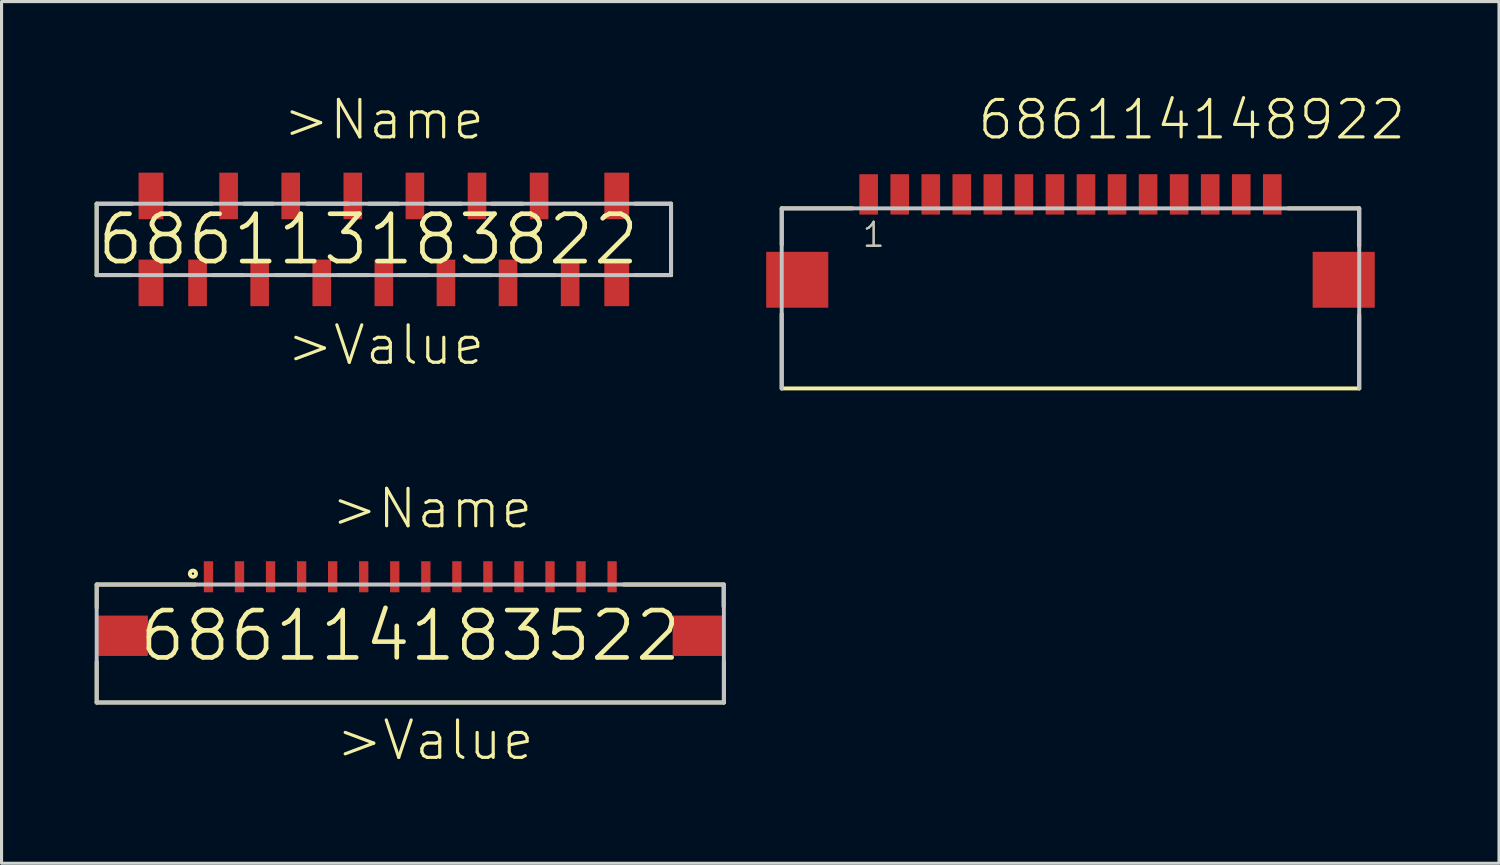
<source format=kicad_pcb>
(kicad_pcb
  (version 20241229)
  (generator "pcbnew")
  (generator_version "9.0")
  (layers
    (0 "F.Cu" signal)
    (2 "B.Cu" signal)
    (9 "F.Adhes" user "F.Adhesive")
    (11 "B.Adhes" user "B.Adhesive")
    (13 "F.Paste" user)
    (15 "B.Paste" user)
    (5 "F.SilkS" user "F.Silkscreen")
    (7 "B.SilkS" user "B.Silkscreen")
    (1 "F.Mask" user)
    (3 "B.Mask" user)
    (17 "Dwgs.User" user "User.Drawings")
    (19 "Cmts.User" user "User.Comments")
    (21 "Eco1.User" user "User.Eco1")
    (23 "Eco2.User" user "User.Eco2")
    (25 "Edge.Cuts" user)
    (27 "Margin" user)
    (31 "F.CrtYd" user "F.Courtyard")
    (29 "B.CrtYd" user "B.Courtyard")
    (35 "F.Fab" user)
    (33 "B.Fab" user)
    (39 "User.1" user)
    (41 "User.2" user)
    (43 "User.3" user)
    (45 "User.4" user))
  (footprint "686113183822"
    (layer "F.Cu")
    (at 8.813 4.661)
    (property "Reference" "686113183822" (at 0 0 0) (layer "F.SilkS") (effects (font (size 1.524 1.524) (thickness 0.15))))
    (attr through_hole)
    (fp_line (start -8.75 -1.15) (end -8.75 1.15) (stroke (width 0.127) (type solid)) (layer "F.SilkS"))
    (fp_line (start -8.75 1.15) (end -7.64 1.15) (stroke (width 0.127) (type solid)) (layer "F.SilkS"))
    (fp_line (start -7.6 -1.15) (end -8.75 -1.15) (stroke (width 0.127) (type solid)) (layer "F.SilkS"))
    (fp_line (start -6.41 -1.15) (end -5.03 -1.15) (stroke (width 0.127) (type solid)) (layer "F.SilkS"))
    (fp_line (start -5.01 1.15) (end -4.02 1.15) (stroke (width 0.127) (type solid)) (layer "F.SilkS"))
    (fp_line (start -4 -1.15) (end -3.08 -1.15) (stroke (width 0.127) (type solid)) (layer "F.SilkS"))
    (fp_line (start -3 1.15) (end -2.06 1.15) (stroke (width 0.127) (type solid)) (layer "F.SilkS"))
    (fp_line (start -1.98 -1.15) (end -0.65 -1.15) (stroke (width 0.127) (type solid)) (layer "F.SilkS"))
    (fp_line (start -0.97 1.15) (end -0.01 1.15) (stroke (width 0.127) (type solid)) (layer "F.SilkS"))
    (fp_line (start 0.01 -1.15) (end 0.97 -1.15) (stroke (width 0.127) (type solid)) (layer "F.SilkS"))
    (fp_line (start 0.99 1.15) (end 1.92 1.15) (stroke (width 0.127) (type solid)) (layer "F.SilkS"))
    (fp_line (start 1.97 -1.15) (end 3 -1.15) (stroke (width 0.127) (type solid)) (layer "F.SilkS"))
    (fp_line (start 2.98 1.15) (end 3.96 1.15) (stroke (width 0.127) (type solid)) (layer "F.SilkS"))
    (fp_line (start 3.97 -1.15) (end 4.97 -1.15) (stroke (width 0.127) (type solid)) (layer "F.SilkS"))
    (fp_line (start 5 1.15) (end 6 1.15) (stroke (width 0.127) (type solid)) (layer "F.SilkS"))
    (fp_line (start 8.58 1.15) (end 9.75 1.15) (stroke (width 0.127) (type solid)) (layer "F.SilkS"))
    (fp_line (start 8.59 -1.15) (end 9.74 -1.15) (stroke (width 0.127) (type solid)) (layer "F.SilkS"))
    (fp_line (start 9.75 -1.15) (end 9.75 1.15) (stroke (width 0.127) (type solid)) (layer "F.SilkS"))
    (fp_line (start -8.75 -1.15) (end 9.75 -1.15) (stroke (width 0.127) (type solid)) (layer "Dwgs.User"))
    (fp_line (start -8.75 1.15) (end -8.75 -1.15) (stroke (width 0.127) (type solid)) (layer "Dwgs.User"))
    (fp_line (start 9.75 -1.15) (end 9.75 1.15) (stroke (width 0.127) (type solid)) (layer "Dwgs.User"))
    (fp_line (start 9.75 1.15) (end -8.75 1.15) (stroke (width 0.127) (type solid)) (layer "Dwgs.User"))
    (fp_text user ">Name" (at -2.81 -3.15 0) (layer "F.SilkS") (effects (font (size 1.206 1.206) (thickness 0.102)) (justify left bottom)))
    (fp_text user ">Value" (at -2.69 4.11 0) (layer "F.SilkS") (effects (font (size 1.206 1.206) (thickness 0.102)) (justify left bottom)))
    (pad "1" smd rect (at -5.5 1.4 90) (size 1.5 0.6) (layers "F.Cu" "F.Mask" "F.Paste"))
    (pad "2" smd rect (at -4.5 -1.4 90) (size 1.5 0.6) (layers "F.Cu" "F.Mask" "F.Paste"))
    (pad "3" smd rect (at -3.5 1.4 90) (size 1.5 0.6) (layers "F.Cu" "F.Mask" "F.Paste"))
    (pad "4" smd rect (at -2.5 -1.4 90) (size 1.5 0.6) (layers "F.Cu" "F.Mask" "F.Paste"))
    (pad "5" smd rect (at -1.5 1.4 90) (size 1.5 0.6) (layers "F.Cu" "F.Mask" "F.Paste"))
    (pad "6" smd rect (at -0.5 -1.4 90) (size 1.5 0.6) (layers "F.Cu" "F.Mask" "F.Paste"))
    (pad "7" smd rect (at 0.5 1.4 90) (size 1.5 0.6) (layers "F.Cu" "F.Mask" "F.Paste"))
    (pad "8" smd rect (at 1.5 -1.4 90) (size 1.5 0.6) (layers "F.Cu" "F.Mask" "F.Paste"))
    (pad "9" smd rect (at 2.5 1.4 90) (size 1.5 0.6) (layers "F.Cu" "F.Mask" "F.Paste"))
    (pad "10" smd rect (at 3.5 -1.4 90) (size 1.5 0.6) (layers "F.Cu" "F.Mask" "F.Paste"))
    (pad "11" smd rect (at 4.5 1.4 90) (size 1.5 0.6) (layers "F.Cu" "F.Mask" "F.Paste"))
    (pad "12" smd rect (at 5.5 -1.4 90) (size 1.5 0.6) (layers "F.Cu" "F.Mask" "F.Paste"))
    (pad "13" smd rect (at 6.5 1.4 90) (size 1.5 0.6) (layers "F.Cu" "F.Mask" "F.Paste"))
    (pad "Z1" smd rect (at -7 1.4 90) (size 1.5 0.8) (layers "F.Cu" "F.Mask" "F.Paste"))
    (pad "Z2" smd rect (at 8 1.4 90) (size 1.5 0.8) (layers "F.Cu" "F.Mask" "F.Paste"))
    (pad "Z3" smd rect (at 8 -1.4 90) (size 1.5 0.8) (layers "F.Cu" "F.Mask" "F.Paste"))
    (pad "Z4" smd rect (at -7 -1.4 90) (size 1.5 0.8) (layers "F.Cu" "F.Mask" "F.Paste")))
  (footprint "686114148922"
    (layer "F.Cu")
    (at 31.427 5.961)
    (property "Reference" "686114148922" (at -3.05 -4.45 0) (layer "F.SilkS") (effects (font (size 1.206 1.206) (thickness 0.102)) (justify left bottom)))
    (attr through_hole)
    (fp_line (start -9.302 1.098) (end -9.302 3.497) (stroke (width 0.127) (type solid)) (layer "F.SilkS"))
    (fp_line (start -9.3 -2.3) (end -9.3 -1.13) (stroke (width 0.127) (type solid)) (layer "F.SilkS"))
    (fp_line (start -7.03 -2.3) (end -9.3 -2.3) (stroke (width 0.127) (type solid)) (layer "F.SilkS"))
    (fp_line (start 7.01 -2.3) (end 9.3 -2.3) (stroke (width 0.127) (type solid)) (layer "F.SilkS"))
    (fp_line (start 9.3 -2.3) (end 9.3 -1.09) (stroke (width 0.127) (type solid)) (layer "F.SilkS"))
    (fp_line (start 9.3 1.134) (end 9.3 3.495) (stroke (width 0.127) (type solid)) (layer "F.SilkS"))
    (fp_line (start 9.3 3.5) (end -9.3 3.5) (stroke (width 0.127) (type solid)) (layer "F.SilkS"))
    (fp_line (start -9.3 -2.3) (end 9.3 -2.3) (stroke (width 0.127) (type solid)) (layer "Dwgs.User"))
    (fp_line (start -9.3 3.5) (end -9.3 -2.3) (stroke (width 0.127) (type solid)) (layer "Dwgs.User"))
    (fp_line (start 9.3 -2.3) (end 9.3 3.5) (stroke (width 0.127) (type solid)) (layer "Dwgs.User"))
    (fp_text user "1" (at -6.75 -1 0) (layer "F.SilkS") (effects (font (size 0.772 0.772) (thickness 0.065)) (justify left bottom)))
    (fp_text user "1" (at -6.75 -1 0) (layer "Dwgs.User") (effects (font (size 0.772 0.772) (thickness 0.065)) (justify left bottom)))
    (pad "1" smd rect (at -6.5 -2.75) (size 0.6 1.3) (layers "F.Cu" "F.Mask" "F.Paste"))
    (pad "2" smd rect (at -5.5 -2.75) (size 0.6 1.3) (layers "F.Cu" "F.Mask" "F.Paste"))
    (pad "3" smd rect (at -4.5 -2.75) (size 0.6 1.3) (layers "F.Cu" "F.Mask" "F.Paste"))
    (pad "4" smd rect (at -3.5 -2.75) (size 0.6 1.3) (layers "F.Cu" "F.Mask" "F.Paste"))
    (pad "5" smd rect (at -2.5 -2.75) (size 0.6 1.3) (layers "F.Cu" "F.Mask" "F.Paste"))
    (pad "6" smd rect (at -1.5 -2.75) (size 0.6 1.3) (layers "F.Cu" "F.Mask" "F.Paste"))
    (pad "7" smd rect (at -0.5 -2.75) (size 0.6 1.3) (layers "F.Cu" "F.Mask" "F.Paste"))
    (pad "8" smd rect (at 0.5 -2.75) (size 0.6 1.3) (layers "F.Cu" "F.Mask" "F.Paste"))
    (pad "9" smd rect (at 1.5 -2.75) (size 0.6 1.3) (layers "F.Cu" "F.Mask" "F.Paste"))
    (pad "10" smd rect (at 2.5 -2.75) (size 0.6 1.3) (layers "F.Cu" "F.Mask" "F.Paste"))
    (pad "11" smd rect (at 3.5 -2.75) (size 0.6 1.3) (layers "F.Cu" "F.Mask" "F.Paste"))
    (pad "12" smd rect (at 4.5 -2.75) (size 0.6 1.3) (layers "F.Cu" "F.Mask" "F.Paste"))
    (pad "13" smd rect (at 5.5 -2.75) (size 0.6 1.3) (layers "F.Cu" "F.Mask" "F.Paste"))
    (pad "14" smd rect (at 6.5 -2.75) (size 0.6 1.3) (layers "F.Cu" "F.Mask" "F.Paste"))
    (pad "Z1" smd rect (at -8.8 0) (size 2 1.8) (layers "F.Cu" "F.Mask" "F.Paste"))
    (pad "Z2" smd rect (at 8.8 0) (size 2 1.8) (layers "F.Cu" "F.Mask" "F.Paste")))
  (footprint "686114183522"
    (layer "F.Cu")
    (at 10.164 17.426)
    (property "Reference" "686114183522" (at 0 0 0) (layer "F.SilkS") (effects (font (size 1.524 1.524) (thickness 0.15))))
    (attr through_hole)
    (fp_line (start -10.1 -1.65) (end -10.1 -0.9) (stroke (width 0.127) (type solid)) (layer "F.SilkS"))
    (fp_line (start -10.1 0.84) (end -10.1 2.15) (stroke (width 0.127) (type solid)) (layer "F.SilkS"))
    (fp_line (start -10.1 2.15) (end 10.1 2.15) (stroke (width 0.127) (type solid)) (layer "F.SilkS"))
    (fp_line (start -6.92 -1.65) (end -10.1 -1.65) (stroke (width 0.127) (type solid)) (layer "F.SilkS"))
    (fp_line (start 6.87 -1.65) (end 10.09 -1.65) (stroke (width 0.127) (type solid)) (layer "F.SilkS"))
    (fp_line (start 10.09 -1.65) (end 10.09 -0.94) (stroke (width 0.127) (type solid)) (layer "F.SilkS"))
    (fp_line (start 10.1 2.15) (end 10.1 0.84) (stroke (width 0.127) (type solid)) (layer "F.SilkS"))
    (fp_circle (center -7 -2) (end -6.9 -2) (stroke (width 0.127) (type solid)) (fill no) (layer "F.SilkS"))
    (fp_line (start -10.1 -1.65) (end 10.1 -1.65) (stroke (width 0.127) (type solid)) (layer "Dwgs.User"))
    (fp_line (start -10.1 2.15) (end -10.1 -1.65) (stroke (width 0.127) (type solid)) (layer "Dwgs.User"))
    (fp_line (start 10.1 -1.65) (end 10.1 2.15) (stroke (width 0.127) (type solid)) (layer "Dwgs.User"))
    (fp_line (start 10.1 2.15) (end -10.1 2.15) (stroke (width 0.127) (type solid)) (layer "Dwgs.User"))
    (fp_text user ">Value" (at -2.45 4.07 0) (layer "F.SilkS") (effects (font (size 1.206 1.206) (thickness 0.102)) (justify left bottom)))
    (fp_text user ">Name" (at -2.61 -3.39 0) (layer "F.SilkS") (effects (font (size 1.206 1.206) (thickness 0.102)) (justify left bottom)))
    (pad "1" smd rect (at -6.5 -1.9 90) (size 1 0.3) (layers "F.Cu" "F.Mask" "F.Paste"))
    (pad "2" smd rect (at -5.5 -1.9 90) (size 1 0.3) (layers "F.Cu" "F.Mask" "F.Paste"))
    (pad "3" smd rect (at -4.5 -1.9 90) (size 1 0.3) (layers "F.Cu" "F.Mask" "F.Paste"))
    (pad "4" smd rect (at -3.5 -1.9 90) (size 1 0.3) (layers "F.Cu" "F.Mask" "F.Paste"))
    (pad "5" smd rect (at -2.5 -1.9 90) (size 1 0.3) (layers "F.Cu" "F.Mask" "F.Paste"))
    (pad "6" smd rect (at -1.5 -1.9 90) (size 1 0.3) (layers "F.Cu" "F.Mask" "F.Paste"))
    (pad "7" smd rect (at -0.5 -1.9 90) (size 1 0.3) (layers "F.Cu" "F.Mask" "F.Paste"))
    (pad "8" smd rect (at 0.5 -1.9 90) (size 1 0.3) (layers "F.Cu" "F.Mask" "F.Paste"))
    (pad "9" smd rect (at 1.5 -1.9 90) (size 1 0.3) (layers "F.Cu" "F.Mask" "F.Paste"))
    (pad "10" smd rect (at 2.5 -1.9 90) (size 1 0.3) (layers "F.Cu" "F.Mask" "F.Paste"))
    (pad "11" smd rect (at 3.5 -1.9 90) (size 1 0.3) (layers "F.Cu" "F.Mask" "F.Paste"))
    (pad "12" smd rect (at 4.5 -1.9 90) (size 1 0.3) (layers "F.Cu" "F.Mask" "F.Paste"))
    (pad "13" smd rect (at 5.5 -1.9 90) (size 1 0.3) (layers "F.Cu" "F.Mask" "F.Paste"))
    (pad "14" smd rect (at 6.5 -1.9 90) (size 1 0.3) (layers "F.Cu" "F.Mask" "F.Paste"))
    (pad "Z1" smd rect (at -9.275 0) (size 1.65 1.3) (layers "F.Cu" "F.Mask" "F.Paste"))
    (pad "Z2" smd rect (at 9.275 0) (size 1.65 1.3) (layers "F.Cu" "F.Mask" "F.Paste")))
  (gr_rect
    (start -3 -3)
    (end 45.229 24.753)
    (stroke (width 0.1) (type default))
    (fill no)
    (layer "Edge.Cuts")))
</source>
